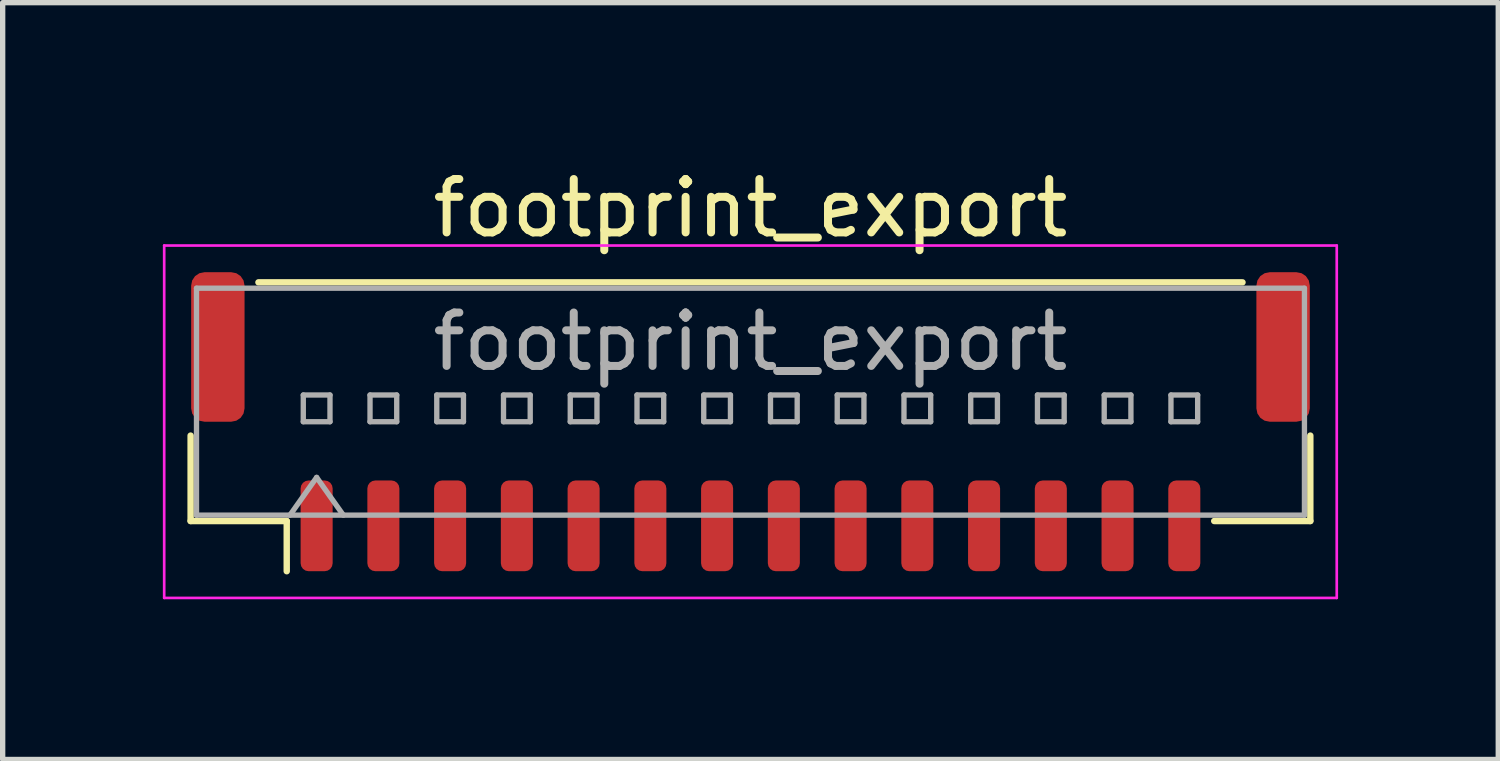
<source format=kicad_pcb>
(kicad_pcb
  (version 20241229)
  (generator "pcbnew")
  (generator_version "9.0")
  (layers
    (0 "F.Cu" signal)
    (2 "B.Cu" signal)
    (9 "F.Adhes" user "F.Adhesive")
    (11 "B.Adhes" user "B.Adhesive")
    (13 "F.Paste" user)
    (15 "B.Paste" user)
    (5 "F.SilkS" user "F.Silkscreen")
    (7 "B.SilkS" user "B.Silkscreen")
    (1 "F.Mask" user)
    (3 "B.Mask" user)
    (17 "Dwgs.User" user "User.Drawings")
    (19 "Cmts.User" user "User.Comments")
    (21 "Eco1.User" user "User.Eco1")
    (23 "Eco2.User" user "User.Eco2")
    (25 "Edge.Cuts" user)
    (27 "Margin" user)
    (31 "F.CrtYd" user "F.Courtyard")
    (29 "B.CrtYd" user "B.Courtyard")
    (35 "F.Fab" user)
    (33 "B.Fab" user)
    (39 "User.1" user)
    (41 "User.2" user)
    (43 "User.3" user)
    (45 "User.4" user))
  (footprint "footprint_export"
    (layer "F.Cu")
    (at 11.005 4.848)
    (property "Reference" "footprint_export" (at 0 -4 0) (layer "F.SilkS") (effects (font (size 1 1) (thickness 0.15))))
    (attr smd)
    (fp_line (start -10.485 0.26) (end -10.485 1.86) (stroke (width 0.12) (type solid)) (layer "F.SilkS"))
    (fp_line (start -10.485 1.86) (end -8.685 1.86) (stroke (width 0.12) (type solid)) (layer "F.SilkS"))
    (fp_line (start -9.215 -2.61) (end 9.215 -2.61) (stroke (width 0.12) (type solid)) (layer "F.SilkS"))
    (fp_line (start -8.685 1.86) (end -8.685 2.8) (stroke (width 0.12) (type solid)) (layer "F.SilkS"))
    (fp_line (start 10.485 0.26) (end 10.485 1.86) (stroke (width 0.12) (type solid)) (layer "F.SilkS"))
    (fp_line (start 10.485 1.86) (end 8.685 1.86) (stroke (width 0.12) (type solid)) (layer "F.SilkS"))
    (fp_line (start -10.98 -3.3) (end -10.98 3.3) (stroke (width 0.05) (type solid)) (layer "F.CrtYd"))
    (fp_line (start -10.98 3.3) (end 10.98 3.3) (stroke (width 0.05) (type solid)) (layer "F.CrtYd"))
    (fp_line (start 10.98 -3.3) (end -10.98 -3.3) (stroke (width 0.05) (type solid)) (layer "F.CrtYd"))
    (fp_line (start 10.98 3.3) (end 10.98 -3.3) (stroke (width 0.05) (type solid)) (layer "F.CrtYd"))
    (fp_line (start -10.375 -2.5) (end 10.375 -2.5) (stroke (width 0.1) (type solid)) (layer "F.Fab"))
    (fp_line (start -10.375 1.75) (end -10.375 -2.5) (stroke (width 0.1) (type solid)) (layer "F.Fab"))
    (fp_line (start -10.375 1.75) (end 10.375 1.75) (stroke (width 0.1) (type solid)) (layer "F.Fab"))
    (fp_line (start -8.625 1.75) (end -8.125 1.043) (stroke (width 0.1) (type solid)) (layer "F.Fab"))
    (fp_line (start -8.375 -0.5) (end -8.375 0) (stroke (width 0.1) (type solid)) (layer "F.Fab"))
    (fp_line (start -8.375 0) (end -7.875 0) (stroke (width 0.1) (type solid)) (layer "F.Fab"))
    (fp_line (start -8.125 1.043) (end -7.625 1.75) (stroke (width 0.1) (type solid)) (layer "F.Fab"))
    (fp_line (start -7.875 -0.5) (end -8.375 -0.5) (stroke (width 0.1) (type solid)) (layer "F.Fab"))
    (fp_line (start -7.875 0) (end -7.875 -0.5) (stroke (width 0.1) (type solid)) (layer "F.Fab"))
    (fp_line (start -7.125 -0.5) (end -7.125 0) (stroke (width 0.1) (type solid)) (layer "F.Fab"))
    (fp_line (start -7.125 0) (end -6.625 0) (stroke (width 0.1) (type solid)) (layer "F.Fab"))
    (fp_line (start -6.625 -0.5) (end -7.125 -0.5) (stroke (width 0.1) (type solid)) (layer "F.Fab"))
    (fp_line (start -6.625 0) (end -6.625 -0.5) (stroke (width 0.1) (type solid)) (layer "F.Fab"))
    (fp_line (start -5.875 -0.5) (end -5.875 0) (stroke (width 0.1) (type solid)) (layer "F.Fab"))
    (fp_line (start -5.875 0) (end -5.375 0) (stroke (width 0.1) (type solid)) (layer "F.Fab"))
    (fp_line (start -5.375 -0.5) (end -5.875 -0.5) (stroke (width 0.1) (type solid)) (layer "F.Fab"))
    (fp_line (start -5.375 0) (end -5.375 -0.5) (stroke (width 0.1) (type solid)) (layer "F.Fab"))
    (fp_line (start -4.625 -0.5) (end -4.625 0) (stroke (width 0.1) (type solid)) (layer "F.Fab"))
    (fp_line (start -4.625 0) (end -4.125 0) (stroke (width 0.1) (type solid)) (layer "F.Fab"))
    (fp_line (start -4.125 -0.5) (end -4.625 -0.5) (stroke (width 0.1) (type solid)) (layer "F.Fab"))
    (fp_line (start -4.125 0) (end -4.125 -0.5) (stroke (width 0.1) (type solid)) (layer "F.Fab"))
    (fp_line (start -3.375 -0.5) (end -3.375 0) (stroke (width 0.1) (type solid)) (layer "F.Fab"))
    (fp_line (start -3.375 0) (end -2.875 0) (stroke (width 0.1) (type solid)) (layer "F.Fab"))
    (fp_line (start -2.875 -0.5) (end -3.375 -0.5) (stroke (width 0.1) (type solid)) (layer "F.Fab"))
    (fp_line (start -2.875 0) (end -2.875 -0.5) (stroke (width 0.1) (type solid)) (layer "F.Fab"))
    (fp_line (start -2.125 -0.5) (end -2.125 0) (stroke (width 0.1) (type solid)) (layer "F.Fab"))
    (fp_line (start -2.125 0) (end -1.625 0) (stroke (width 0.1) (type solid)) (layer "F.Fab"))
    (fp_line (start -1.625 -0.5) (end -2.125 -0.5) (stroke (width 0.1) (type solid)) (layer "F.Fab"))
    (fp_line (start -1.625 0) (end -1.625 -0.5) (stroke (width 0.1) (type solid)) (layer "F.Fab"))
    (fp_line (start -0.875 -0.5) (end -0.875 0) (stroke (width 0.1) (type solid)) (layer "F.Fab"))
    (fp_line (start -0.875 0) (end -0.375 0) (stroke (width 0.1) (type solid)) (layer "F.Fab"))
    (fp_line (start -0.375 -0.5) (end -0.875 -0.5) (stroke (width 0.1) (type solid)) (layer "F.Fab"))
    (fp_line (start -0.375 0) (end -0.375 -0.5) (stroke (width 0.1) (type solid)) (layer "F.Fab"))
    (fp_line (start 0.375 -0.5) (end 0.375 0) (stroke (width 0.1) (type solid)) (layer "F.Fab"))
    (fp_line (start 0.375 0) (end 0.875 0) (stroke (width 0.1) (type solid)) (layer "F.Fab"))
    (fp_line (start 0.875 -0.5) (end 0.375 -0.5) (stroke (width 0.1) (type solid)) (layer "F.Fab"))
    (fp_line (start 0.875 0) (end 0.875 -0.5) (stroke (width 0.1) (type solid)) (layer "F.Fab"))
    (fp_line (start 1.625 -0.5) (end 1.625 0) (stroke (width 0.1) (type solid)) (layer "F.Fab"))
    (fp_line (start 1.625 0) (end 2.125 0) (stroke (width 0.1) (type solid)) (layer "F.Fab"))
    (fp_line (start 2.125 -0.5) (end 1.625 -0.5) (stroke (width 0.1) (type solid)) (layer "F.Fab"))
    (fp_line (start 2.125 0) (end 2.125 -0.5) (stroke (width 0.1) (type solid)) (layer "F.Fab"))
    (fp_line (start 2.875 -0.5) (end 2.875 0) (stroke (width 0.1) (type solid)) (layer "F.Fab"))
    (fp_line (start 2.875 0) (end 3.375 0) (stroke (width 0.1) (type solid)) (layer "F.Fab"))
    (fp_line (start 3.375 -0.5) (end 2.875 -0.5) (stroke (width 0.1) (type solid)) (layer "F.Fab"))
    (fp_line (start 3.375 0) (end 3.375 -0.5) (stroke (width 0.1) (type solid)) (layer "F.Fab"))
    (fp_line (start 4.125 -0.5) (end 4.125 0) (stroke (width 0.1) (type solid)) (layer "F.Fab"))
    (fp_line (start 4.125 0) (end 4.625 0) (stroke (width 0.1) (type solid)) (layer "F.Fab"))
    (fp_line (start 4.625 -0.5) (end 4.125 -0.5) (stroke (width 0.1) (type solid)) (layer "F.Fab"))
    (fp_line (start 4.625 0) (end 4.625 -0.5) (stroke (width 0.1) (type solid)) (layer "F.Fab"))
    (fp_line (start 5.375 -0.5) (end 5.375 0) (stroke (width 0.1) (type solid)) (layer "F.Fab"))
    (fp_line (start 5.375 0) (end 5.875 0) (stroke (width 0.1) (type solid)) (layer "F.Fab"))
    (fp_line (start 5.875 -0.5) (end 5.375 -0.5) (stroke (width 0.1) (type solid)) (layer "F.Fab"))
    (fp_line (start 5.875 0) (end 5.875 -0.5) (stroke (width 0.1) (type solid)) (layer "F.Fab"))
    (fp_line (start 6.625 -0.5) (end 6.625 0) (stroke (width 0.1) (type solid)) (layer "F.Fab"))
    (fp_line (start 6.625 0) (end 7.125 0) (stroke (width 0.1) (type solid)) (layer "F.Fab"))
    (fp_line (start 7.125 -0.5) (end 6.625 -0.5) (stroke (width 0.1) (type solid)) (layer "F.Fab"))
    (fp_line (start 7.125 0) (end 7.125 -0.5) (stroke (width 0.1) (type solid)) (layer "F.Fab"))
    (fp_line (start 7.875 -0.5) (end 7.875 0) (stroke (width 0.1) (type solid)) (layer "F.Fab"))
    (fp_line (start 7.875 0) (end 8.375 0) (stroke (width 0.1) (type solid)) (layer "F.Fab"))
    (fp_line (start 8.375 -0.5) (end 7.875 -0.5) (stroke (width 0.1) (type solid)) (layer "F.Fab"))
    (fp_line (start 8.375 0) (end 8.375 -0.5) (stroke (width 0.1) (type solid)) (layer "F.Fab"))
    (fp_line (start 10.375 1.75) (end 10.375 -2.5) (stroke (width 0.1) (type solid)) (layer "F.Fab"))
    (fp_text user "${REFERENCE}" (at 0 -1.5 0) (layer "F.Fab") (effects (font (size 1 1) (thickness 0.15))))
    (pad "1" smd roundrect (at -8.125 1.95) (size 0.6 1.7) (layers "F.Cu" "F.Mask" "F.Paste") (roundrect_rratio 0.25))
    (pad "2" smd roundrect (at -6.875 1.95) (size 0.6 1.7) (layers "F.Cu" "F.Mask" "F.Paste") (roundrect_rratio 0.25))
    (pad "3" smd roundrect (at -5.625 1.95) (size 0.6 1.7) (layers "F.Cu" "F.Mask" "F.Paste") (roundrect_rratio 0.25))
    (pad "4" smd roundrect (at -4.375 1.95) (size 0.6 1.7) (layers "F.Cu" "F.Mask" "F.Paste") (roundrect_rratio 0.25))
    (pad "5" smd roundrect (at -3.125 1.95) (size 0.6 1.7) (layers "F.Cu" "F.Mask" "F.Paste") (roundrect_rratio 0.25))
    (pad "6" smd roundrect (at -1.875 1.95) (size 0.6 1.7) (layers "F.Cu" "F.Mask" "F.Paste") (roundrect_rratio 0.25))
    (pad "7" smd roundrect (at -0.625 1.95) (size 0.6 1.7) (layers "F.Cu" "F.Mask" "F.Paste") (roundrect_rratio 0.25))
    (pad "8" smd roundrect (at 0.625 1.95) (size 0.6 1.7) (layers "F.Cu" "F.Mask" "F.Paste") (roundrect_rratio 0.25))
    (pad "9" smd roundrect (at 1.875 1.95) (size 0.6 1.7) (layers "F.Cu" "F.Mask" "F.Paste") (roundrect_rratio 0.25))
    (pad "10" smd roundrect (at 3.125 1.95) (size 0.6 1.7) (layers "F.Cu" "F.Mask" "F.Paste") (roundrect_rratio 0.25))
    (pad "11" smd roundrect (at 4.375 1.95) (size 0.6 1.7) (layers "F.Cu" "F.Mask" "F.Paste") (roundrect_rratio 0.25))
    (pad "12" smd roundrect (at 5.625 1.95) (size 0.6 1.7) (layers "F.Cu" "F.Mask" "F.Paste") (roundrect_rratio 0.25))
    (pad "13" smd roundrect (at 6.875 1.95) (size 0.6 1.7) (layers "F.Cu" "F.Mask" "F.Paste") (roundrect_rratio 0.25))
    (pad "14" smd roundrect (at 8.125 1.95) (size 0.6 1.7) (layers "F.Cu" "F.Mask" "F.Paste") (roundrect_rratio 0.25))
    (pad "MP" smd roundrect (at -9.975 -1.4) (size 1 2.8) (layers "F.Cu" "F.Mask" "F.Paste") (roundrect_rratio 0.25))
    (pad "MP" smd roundrect (at 9.975 -1.4) (size 1 2.8) (layers "F.Cu" "F.Mask" "F.Paste") (roundrect_rratio 0.25)))
  (gr_rect
    (start -3 -3)
    (end 25.01 11.173)
    (stroke (width 0.1) (type default))
    (fill no)
    (layer "Edge.Cuts")))
</source>
